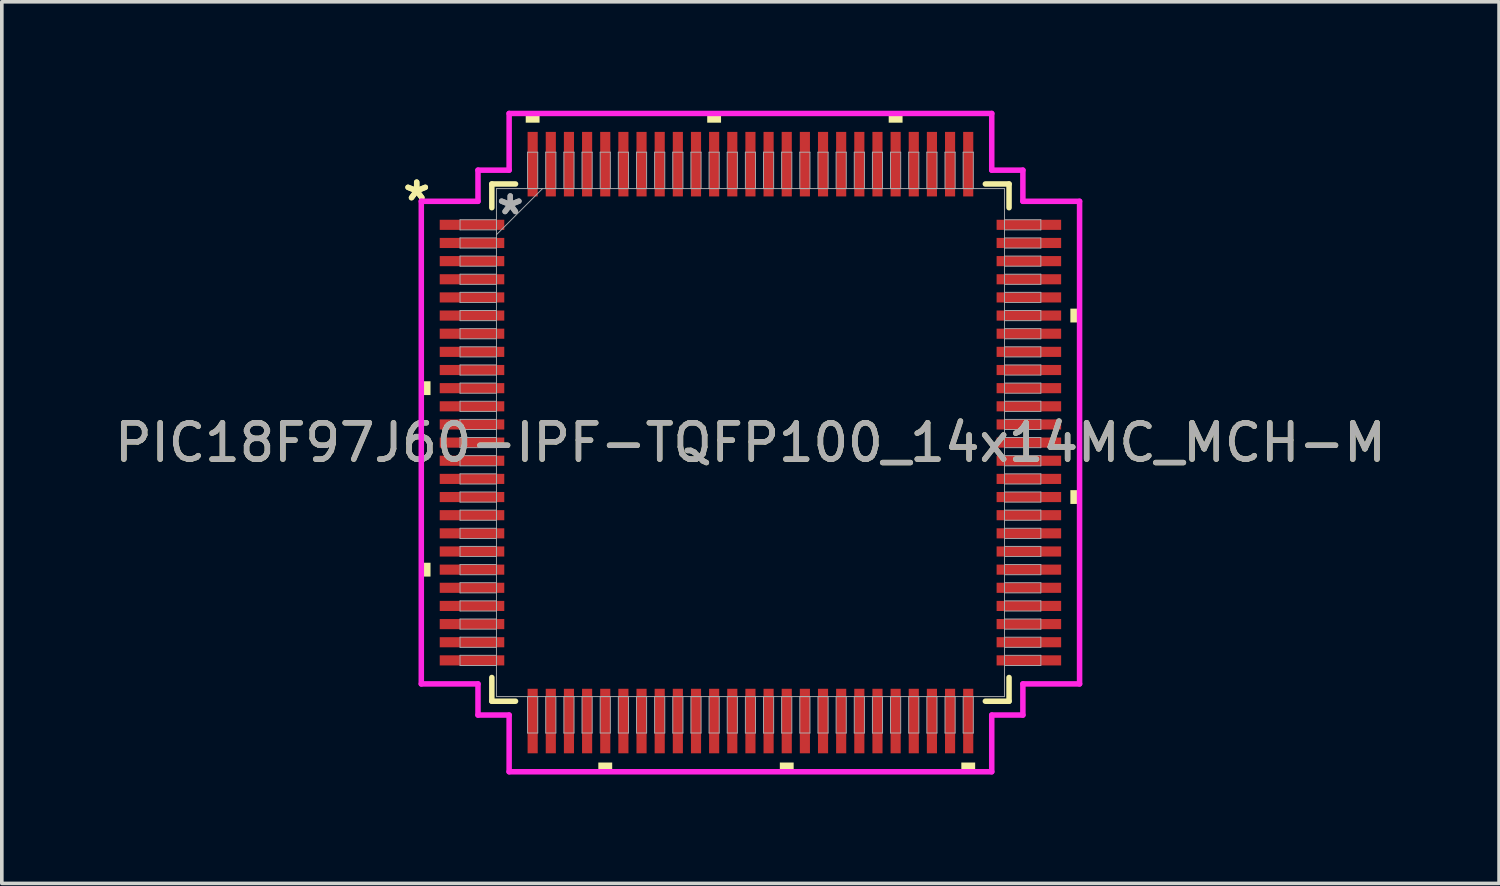
<source format=kicad_pcb>
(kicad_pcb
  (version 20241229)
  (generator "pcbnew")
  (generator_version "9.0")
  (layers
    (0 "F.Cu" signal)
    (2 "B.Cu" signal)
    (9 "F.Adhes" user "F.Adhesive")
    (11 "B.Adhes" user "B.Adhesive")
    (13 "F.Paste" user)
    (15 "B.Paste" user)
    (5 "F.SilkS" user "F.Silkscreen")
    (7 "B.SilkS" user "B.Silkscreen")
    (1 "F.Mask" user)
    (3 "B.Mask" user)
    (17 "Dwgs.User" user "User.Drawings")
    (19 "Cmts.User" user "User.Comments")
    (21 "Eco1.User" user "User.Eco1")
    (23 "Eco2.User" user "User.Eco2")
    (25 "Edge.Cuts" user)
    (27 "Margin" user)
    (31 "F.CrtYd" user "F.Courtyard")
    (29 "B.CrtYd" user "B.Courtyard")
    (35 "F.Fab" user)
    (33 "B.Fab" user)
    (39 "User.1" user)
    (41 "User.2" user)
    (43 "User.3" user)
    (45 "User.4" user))
  (footprint "PIC18F97J60-IPF-TQFP100_14x14MC_MCH-M"
    (layer "F.Cu")
    (at 17.625 9.144)
    (property "Reference" "PIC18F97J60-IPF-TQFP100_14x14MC_MCH-M" (at 0 0 0) (unlocked yes) (layer "F.SilkS") (effects (font (size 1 1) (thickness 0.15))))
    (attr smd)
    (fp_line (start -7.125 -7.125) (end -7.125 -6.472) (stroke (width 0.152) (type solid)) (layer "F.SilkS"))
    (fp_line (start -7.125 6.472) (end -7.125 7.125) (stroke (width 0.152) (type solid)) (layer "F.SilkS"))
    (fp_line (start -7.125 7.125) (end -6.472 7.125) (stroke (width 0.152) (type solid)) (layer "F.SilkS"))
    (fp_line (start -6.472 -7.125) (end -7.125 -7.125) (stroke (width 0.152) (type solid)) (layer "F.SilkS"))
    (fp_line (start 6.472 7.125) (end 7.125 7.125) (stroke (width 0.152) (type solid)) (layer "F.SilkS"))
    (fp_line (start 7.125 -7.125) (end 6.472 -7.125) (stroke (width 0.152) (type solid)) (layer "F.SilkS"))
    (fp_line (start 7.125 -6.472) (end 7.125 -7.125) (stroke (width 0.152) (type solid)) (layer "F.SilkS"))
    (fp_line (start 7.125 7.125) (end 7.125 6.472) (stroke (width 0.152) (type solid)) (layer "F.SilkS"))
    (fp_poly (pts (xy -9.068 -1.69) (xy -9.068 -1.31) (xy -8.814 -1.31) (xy -8.814 -1.69)) (stroke (width 0) (type solid)) (fill yes) (layer "F.SilkS"))
    (fp_poly (pts (xy -9.068 3.31) (xy -9.068 3.691) (xy -8.814 3.691) (xy -8.814 3.31)) (stroke (width 0) (type solid)) (fill yes) (layer "F.SilkS"))
    (fp_poly (pts (xy -6.191 -8.814) (xy -6.191 -9.068) (xy -5.81 -9.068) (xy -5.81 -8.814)) (stroke (width 0) (type solid)) (fill yes) (layer "F.SilkS"))
    (fp_poly (pts (xy -4.191 8.814) (xy -4.191 9.068) (xy -3.809 9.068) (xy -3.809 8.814)) (stroke (width 0) (type solid)) (fill yes) (layer "F.SilkS"))
    (fp_poly (pts (xy -1.191 -8.814) (xy -1.191 -9.068) (xy -0.81 -9.068) (xy -0.81 -8.814)) (stroke (width 0) (type solid)) (fill yes) (layer "F.SilkS"))
    (fp_poly (pts (xy 0.81 8.814) (xy 0.81 9.068) (xy 1.191 9.068) (xy 1.191 8.814)) (stroke (width 0) (type solid)) (fill yes) (layer "F.SilkS"))
    (fp_poly (pts (xy 3.809 -8.814) (xy 3.809 -9.068) (xy 4.191 -9.068) (xy 4.191 -8.814)) (stroke (width 0) (type solid)) (fill yes) (layer "F.SilkS"))
    (fp_poly (pts (xy 5.81 8.814) (xy 5.81 9.068) (xy 6.191 9.068) (xy 6.191 8.814)) (stroke (width 0) (type solid)) (fill yes) (layer "F.SilkS"))
    (fp_poly (pts (xy 9.068 -3.691) (xy 9.068 -3.31) (xy 8.814 -3.31) (xy 8.814 -3.691)) (stroke (width 0) (type solid)) (fill yes) (layer "F.SilkS"))
    (fp_poly (pts (xy 9.068 1.31) (xy 9.068 1.69) (xy 8.814 1.69) (xy 8.814 1.31)) (stroke (width 0) (type solid)) (fill yes) (layer "F.SilkS"))
    (fp_line (start -9.068 -6.648) (end -7.506 -6.648) (stroke (width 0.152) (type solid)) (layer "F.CrtYd"))
    (fp_line (start -9.068 6.648) (end -9.068 -6.648) (stroke (width 0.152) (type solid)) (layer "F.CrtYd"))
    (fp_line (start -7.506 -7.506) (end -6.648 -7.506) (stroke (width 0.152) (type solid)) (layer "F.CrtYd"))
    (fp_line (start -7.506 -6.648) (end -7.506 -7.506) (stroke (width 0.152) (type solid)) (layer "F.CrtYd"))
    (fp_line (start -7.506 6.648) (end -9.068 6.648) (stroke (width 0.152) (type solid)) (layer "F.CrtYd"))
    (fp_line (start -7.506 7.506) (end -7.506 6.648) (stroke (width 0.152) (type solid)) (layer "F.CrtYd"))
    (fp_line (start -7.506 7.506) (end -6.648 7.506) (stroke (width 0.152) (type solid)) (layer "F.CrtYd"))
    (fp_line (start -6.648 -9.068) (end 6.648 -9.068) (stroke (width 0.152) (type solid)) (layer "F.CrtYd"))
    (fp_line (start -6.648 -7.506) (end -6.648 -9.068) (stroke (width 0.152) (type solid)) (layer "F.CrtYd"))
    (fp_line (start -6.648 7.506) (end -6.648 9.068) (stroke (width 0.152) (type solid)) (layer "F.CrtYd"))
    (fp_line (start -6.648 9.068) (end 6.648 9.068) (stroke (width 0.152) (type solid)) (layer "F.CrtYd"))
    (fp_line (start 6.648 -9.068) (end 6.648 -7.506) (stroke (width 0.152) (type solid)) (layer "F.CrtYd"))
    (fp_line (start 6.648 -7.506) (end 7.506 -7.506) (stroke (width 0.152) (type solid)) (layer "F.CrtYd"))
    (fp_line (start 6.648 7.506) (end 7.506 7.506) (stroke (width 0.152) (type solid)) (layer "F.CrtYd"))
    (fp_line (start 6.648 9.068) (end 6.648 7.506) (stroke (width 0.152) (type solid)) (layer "F.CrtYd"))
    (fp_line (start 7.506 -6.648) (end 7.506 -7.506) (stroke (width 0.152) (type solid)) (layer "F.CrtYd"))
    (fp_line (start 7.506 6.648) (end 9.068 6.648) (stroke (width 0.152) (type solid)) (layer "F.CrtYd"))
    (fp_line (start 7.506 7.506) (end 7.506 6.648) (stroke (width 0.152) (type solid)) (layer "F.CrtYd"))
    (fp_line (start 9.068 -6.648) (end 7.506 -6.648) (stroke (width 0.152) (type solid)) (layer "F.CrtYd"))
    (fp_line (start 9.068 6.648) (end 9.068 -6.648) (stroke (width 0.152) (type solid)) (layer "F.CrtYd"))
    (fp_line (start -8.001 -6.14) (end -8.001 -5.86) (stroke (width 0.025) (type solid)) (layer "F.Fab"))
    (fp_line (start -8.001 -5.86) (end -6.998 -5.86) (stroke (width 0.025) (type solid)) (layer "F.Fab"))
    (fp_line (start -8.001 -5.64) (end -8.001 -5.36) (stroke (width 0.025) (type solid)) (layer "F.Fab"))
    (fp_line (start -8.001 -5.36) (end -6.998 -5.36) (stroke (width 0.025) (type solid)) (layer "F.Fab"))
    (fp_line (start -8.001 -5.14) (end -8.001 -4.86) (stroke (width 0.025) (type solid)) (layer "F.Fab"))
    (fp_line (start -8.001 -4.86) (end -6.998 -4.86) (stroke (width 0.025) (type solid)) (layer "F.Fab"))
    (fp_line (start -8.001 -4.64) (end -8.001 -4.36) (stroke (width 0.025) (type solid)) (layer "F.Fab"))
    (fp_line (start -8.001 -4.36) (end -6.998 -4.36) (stroke (width 0.025) (type solid)) (layer "F.Fab"))
    (fp_line (start -8.001 -4.14) (end -8.001 -3.86) (stroke (width 0.025) (type solid)) (layer "F.Fab"))
    (fp_line (start -8.001 -3.86) (end -6.998 -3.86) (stroke (width 0.025) (type solid)) (layer "F.Fab"))
    (fp_line (start -8.001 -3.64) (end -8.001 -3.36) (stroke (width 0.025) (type solid)) (layer "F.Fab"))
    (fp_line (start -8.001 -3.36) (end -6.998 -3.36) (stroke (width 0.025) (type solid)) (layer "F.Fab"))
    (fp_line (start -8.001 -3.14) (end -8.001 -2.86) (stroke (width 0.025) (type solid)) (layer "F.Fab"))
    (fp_line (start -8.001 -2.86) (end -6.998 -2.86) (stroke (width 0.025) (type solid)) (layer "F.Fab"))
    (fp_line (start -8.001 -2.64) (end -8.001 -2.36) (stroke (width 0.025) (type solid)) (layer "F.Fab"))
    (fp_line (start -8.001 -2.36) (end -6.998 -2.36) (stroke (width 0.025) (type solid)) (layer "F.Fab"))
    (fp_line (start -8.001 -2.14) (end -8.001 -1.86) (stroke (width 0.025) (type solid)) (layer "F.Fab"))
    (fp_line (start -8.001 -1.86) (end -6.998 -1.86) (stroke (width 0.025) (type solid)) (layer "F.Fab"))
    (fp_line (start -8.001 -1.64) (end -8.001 -1.36) (stroke (width 0.025) (type solid)) (layer "F.Fab"))
    (fp_line (start -8.001 -1.36) (end -6.998 -1.36) (stroke (width 0.025) (type solid)) (layer "F.Fab"))
    (fp_line (start -8.001 -1.14) (end -8.001 -0.86) (stroke (width 0.025) (type solid)) (layer "F.Fab"))
    (fp_line (start -8.001 -0.86) (end -6.998 -0.86) (stroke (width 0.025) (type solid)) (layer "F.Fab"))
    (fp_line (start -8.001 -0.64) (end -8.001 -0.36) (stroke (width 0.025) (type solid)) (layer "F.Fab"))
    (fp_line (start -8.001 -0.36) (end -6.998 -0.36) (stroke (width 0.025) (type solid)) (layer "F.Fab"))
    (fp_line (start -8.001 -0.14) (end -8.001 0.14) (stroke (width 0.025) (type solid)) (layer "F.Fab"))
    (fp_line (start -8.001 0.14) (end -6.998 0.14) (stroke (width 0.025) (type solid)) (layer "F.Fab"))
    (fp_line (start -8.001 0.36) (end -8.001 0.64) (stroke (width 0.025) (type solid)) (layer "F.Fab"))
    (fp_line (start -8.001 0.64) (end -6.998 0.64) (stroke (width 0.025) (type solid)) (layer "F.Fab"))
    (fp_line (start -8.001 0.86) (end -8.001 1.14) (stroke (width 0.025) (type solid)) (layer "F.Fab"))
    (fp_line (start -8.001 1.14) (end -6.998 1.14) (stroke (width 0.025) (type solid)) (layer "F.Fab"))
    (fp_line (start -8.001 1.36) (end -8.001 1.64) (stroke (width 0.025) (type solid)) (layer "F.Fab"))
    (fp_line (start -8.001 1.64) (end -6.998 1.64) (stroke (width 0.025) (type solid)) (layer "F.Fab"))
    (fp_line (start -8.001 1.86) (end -8.001 2.14) (stroke (width 0.025) (type solid)) (layer "F.Fab"))
    (fp_line (start -8.001 2.14) (end -6.998 2.14) (stroke (width 0.025) (type solid)) (layer "F.Fab"))
    (fp_line (start -8.001 2.36) (end -8.001 2.64) (stroke (width 0.025) (type solid)) (layer "F.Fab"))
    (fp_line (start -8.001 2.64) (end -6.998 2.64) (stroke (width 0.025) (type solid)) (layer "F.Fab"))
    (fp_line (start -8.001 2.86) (end -8.001 3.14) (stroke (width 0.025) (type solid)) (layer "F.Fab"))
    (fp_line (start -8.001 3.14) (end -6.998 3.14) (stroke (width 0.025) (type solid)) (layer "F.Fab"))
    (fp_line (start -8.001 3.36) (end -8.001 3.64) (stroke (width 0.025) (type solid)) (layer "F.Fab"))
    (fp_line (start -8.001 3.64) (end -6.998 3.64) (stroke (width 0.025) (type solid)) (layer "F.Fab"))
    (fp_line (start -8.001 3.86) (end -8.001 4.14) (stroke (width 0.025) (type solid)) (layer "F.Fab"))
    (fp_line (start -8.001 4.14) (end -6.998 4.14) (stroke (width 0.025) (type solid)) (layer "F.Fab"))
    (fp_line (start -8.001 4.36) (end -8.001 4.64) (stroke (width 0.025) (type solid)) (layer "F.Fab"))
    (fp_line (start -8.001 4.64) (end -6.998 4.64) (stroke (width 0.025) (type solid)) (layer "F.Fab"))
    (fp_line (start -8.001 4.86) (end -8.001 5.14) (stroke (width 0.025) (type solid)) (layer "F.Fab"))
    (fp_line (start -8.001 5.14) (end -6.998 5.14) (stroke (width 0.025) (type solid)) (layer "F.Fab"))
    (fp_line (start -8.001 5.36) (end -8.001 5.64) (stroke (width 0.025) (type solid)) (layer "F.Fab"))
    (fp_line (start -8.001 5.64) (end -6.998 5.64) (stroke (width 0.025) (type solid)) (layer "F.Fab"))
    (fp_line (start -8.001 5.86) (end -8.001 6.14) (stroke (width 0.025) (type solid)) (layer "F.Fab"))
    (fp_line (start -8.001 6.14) (end -6.998 6.14) (stroke (width 0.025) (type solid)) (layer "F.Fab"))
    (fp_line (start -6.998 -6.998) (end -6.998 6.998) (stroke (width 0.025) (type solid)) (layer "F.Fab"))
    (fp_line (start -6.998 -6.14) (end -8.001 -6.14) (stroke (width 0.025) (type solid)) (layer "F.Fab"))
    (fp_line (start -6.998 -5.86) (end -6.998 -6.14) (stroke (width 0.025) (type solid)) (layer "F.Fab"))
    (fp_line (start -6.998 -5.728) (end -5.728 -6.998) (stroke (width 0.025) (type solid)) (layer "F.Fab"))
    (fp_line (start -6.998 -5.64) (end -8.001 -5.64) (stroke (width 0.025) (type solid)) (layer "F.Fab"))
    (fp_line (start -6.998 -5.36) (end -6.998 -5.64) (stroke (width 0.025) (type solid)) (layer "F.Fab"))
    (fp_line (start -6.998 -5.14) (end -8.001 -5.14) (stroke (width 0.025) (type solid)) (layer "F.Fab"))
    (fp_line (start -6.998 -4.86) (end -6.998 -5.14) (stroke (width 0.025) (type solid)) (layer "F.Fab"))
    (fp_line (start -6.998 -4.64) (end -8.001 -4.64) (stroke (width 0.025) (type solid)) (layer "F.Fab"))
    (fp_line (start -6.998 -4.36) (end -6.998 -4.64) (stroke (width 0.025) (type solid)) (layer "F.Fab"))
    (fp_line (start -6.998 -4.14) (end -8.001 -4.14) (stroke (width 0.025) (type solid)) (layer "F.Fab"))
    (fp_line (start -6.998 -3.86) (end -6.998 -4.14) (stroke (width 0.025) (type solid)) (layer "F.Fab"))
    (fp_line (start -6.998 -3.64) (end -8.001 -3.64) (stroke (width 0.025) (type solid)) (layer "F.Fab"))
    (fp_line (start -6.998 -3.36) (end -6.998 -3.64) (stroke (width 0.025) (type solid)) (layer "F.Fab"))
    (fp_line (start -6.998 -3.14) (end -8.001 -3.14) (stroke (width 0.025) (type solid)) (layer "F.Fab"))
    (fp_line (start -6.998 -2.86) (end -6.998 -3.14) (stroke (width 0.025) (type solid)) (layer "F.Fab"))
    (fp_line (start -6.998 -2.64) (end -8.001 -2.64) (stroke (width 0.025) (type solid)) (layer "F.Fab"))
    (fp_line (start -6.998 -2.36) (end -6.998 -2.64) (stroke (width 0.025) (type solid)) (layer "F.Fab"))
    (fp_line (start -6.998 -2.14) (end -8.001 -2.14) (stroke (width 0.025) (type solid)) (layer "F.Fab"))
    (fp_line (start -6.998 -1.86) (end -6.998 -2.14) (stroke (width 0.025) (type solid)) (layer "F.Fab"))
    (fp_line (start -6.998 -1.64) (end -8.001 -1.64) (stroke (width 0.025) (type solid)) (layer "F.Fab"))
    (fp_line (start -6.998 -1.36) (end -6.998 -1.64) (stroke (width 0.025) (type solid)) (layer "F.Fab"))
    (fp_line (start -6.998 -1.14) (end -8.001 -1.14) (stroke (width 0.025) (type solid)) (layer "F.Fab"))
    (fp_line (start -6.998 -0.86) (end -6.998 -1.14) (stroke (width 0.025) (type solid)) (layer "F.Fab"))
    (fp_line (start -6.998 -0.64) (end -8.001 -0.64) (stroke (width 0.025) (type solid)) (layer "F.Fab"))
    (fp_line (start -6.998 -0.36) (end -6.998 -0.64) (stroke (width 0.025) (type solid)) (layer "F.Fab"))
    (fp_line (start -6.998 -0.14) (end -8.001 -0.14) (stroke (width 0.025) (type solid)) (layer "F.Fab"))
    (fp_line (start -6.998 0.14) (end -6.998 -0.14) (stroke (width 0.025) (type solid)) (layer "F.Fab"))
    (fp_line (start -6.998 0.36) (end -8.001 0.36) (stroke (width 0.025) (type solid)) (layer "F.Fab"))
    (fp_line (start -6.998 0.64) (end -6.998 0.36) (stroke (width 0.025) (type solid)) (layer "F.Fab"))
    (fp_line (start -6.998 0.86) (end -8.001 0.86) (stroke (width 0.025) (type solid)) (layer "F.Fab"))
    (fp_line (start -6.998 1.14) (end -6.998 0.86) (stroke (width 0.025) (type solid)) (layer "F.Fab"))
    (fp_line (start -6.998 1.36) (end -8.001 1.36) (stroke (width 0.025) (type solid)) (layer "F.Fab"))
    (fp_line (start -6.998 1.64) (end -6.998 1.36) (stroke (width 0.025) (type solid)) (layer "F.Fab"))
    (fp_line (start -6.998 1.86) (end -8.001 1.86) (stroke (width 0.025) (type solid)) (layer "F.Fab"))
    (fp_line (start -6.998 2.14) (end -6.998 1.86) (stroke (width 0.025) (type solid)) (layer "F.Fab"))
    (fp_line (start -6.998 2.36) (end -8.001 2.36) (stroke (width 0.025) (type solid)) (layer "F.Fab"))
    (fp_line (start -6.998 2.64) (end -6.998 2.36) (stroke (width 0.025) (type solid)) (layer "F.Fab"))
    (fp_line (start -6.998 2.86) (end -8.001 2.86) (stroke (width 0.025) (type solid)) (layer "F.Fab"))
    (fp_line (start -6.998 3.14) (end -6.998 2.86) (stroke (width 0.025) (type solid)) (layer "F.Fab"))
    (fp_line (start -6.998 3.36) (end -8.001 3.36) (stroke (width 0.025) (type solid)) (layer "F.Fab"))
    (fp_line (start -6.998 3.64) (end -6.998 3.36) (stroke (width 0.025) (type solid)) (layer "F.Fab"))
    (fp_line (start -6.998 3.86) (end -8.001 3.86) (stroke (width 0.025) (type solid)) (layer "F.Fab"))
    (fp_line (start -6.998 4.14) (end -6.998 3.86) (stroke (width 0.025) (type solid)) (layer "F.Fab"))
    (fp_line (start -6.998 4.36) (end -8.001 4.36) (stroke (width 0.025) (type solid)) (layer "F.Fab"))
    (fp_line (start -6.998 4.64) (end -6.998 4.36) (stroke (width 0.025) (type solid)) (layer "F.Fab"))
    (fp_line (start -6.998 4.86) (end -8.001 4.86) (stroke (width 0.025) (type solid)) (layer "F.Fab"))
    (fp_line (start -6.998 5.14) (end -6.998 4.86) (stroke (width 0.025) (type solid)) (layer "F.Fab"))
    (fp_line (start -6.998 5.36) (end -8.001 5.36) (stroke (width 0.025) (type solid)) (layer "F.Fab"))
    (fp_line (start -6.998 5.64) (end -6.998 5.36) (stroke (width 0.025) (type solid)) (layer "F.Fab"))
    (fp_line (start -6.998 5.86) (end -8.001 5.86) (stroke (width 0.025) (type solid)) (layer "F.Fab"))
    (fp_line (start -6.998 6.14) (end -6.998 5.86) (stroke (width 0.025) (type solid)) (layer "F.Fab"))
    (fp_line (start -6.998 6.998) (end 6.998 6.998) (stroke (width 0.025) (type solid)) (layer "F.Fab"))
    (fp_line (start -6.14 -8.001) (end -6.14 -6.998) (stroke (width 0.025) (type solid)) (layer "F.Fab"))
    (fp_line (start -6.14 -6.998) (end -5.86 -6.998) (stroke (width 0.025) (type solid)) (layer "F.Fab"))
    (fp_line (start -6.14 6.998) (end -6.14 8.001) (stroke (width 0.025) (type solid)) (layer "F.Fab"))
    (fp_line (start -6.14 8.001) (end -5.86 8.001) (stroke (width 0.025) (type solid)) (layer "F.Fab"))
    (fp_line (start -5.86 -8.001) (end -6.14 -8.001) (stroke (width 0.025) (type solid)) (layer "F.Fab"))
    (fp_line (start -5.86 -6.998) (end -5.86 -8.001) (stroke (width 0.025) (type solid)) (layer "F.Fab"))
    (fp_line (start -5.86 6.998) (end -6.14 6.998) (stroke (width 0.025) (type solid)) (layer "F.Fab"))
    (fp_line (start -5.86 8.001) (end -5.86 6.998) (stroke (width 0.025) (type solid)) (layer "F.Fab"))
    (fp_line (start -5.64 -8.001) (end -5.64 -6.998) (stroke (width 0.025) (type solid)) (layer "F.Fab"))
    (fp_line (start -5.64 -6.998) (end -5.36 -6.998) (stroke (width 0.025) (type solid)) (layer "F.Fab"))
    (fp_line (start -5.64 6.998) (end -5.64 8.001) (stroke (width 0.025) (type solid)) (layer "F.Fab"))
    (fp_line (start -5.64 8.001) (end -5.36 8.001) (stroke (width 0.025) (type solid)) (layer "F.Fab"))
    (fp_line (start -5.36 -8.001) (end -5.64 -8.001) (stroke (width 0.025) (type solid)) (layer "F.Fab"))
    (fp_line (start -5.36 -6.998) (end -5.36 -8.001) (stroke (width 0.025) (type solid)) (layer "F.Fab"))
    (fp_line (start -5.36 6.998) (end -5.64 6.998) (stroke (width 0.025) (type solid)) (layer "F.Fab"))
    (fp_line (start -5.36 8.001) (end -5.36 6.998) (stroke (width 0.025) (type solid)) (layer "F.Fab"))
    (fp_line (start -5.14 -8.001) (end -5.14 -6.998) (stroke (width 0.025) (type solid)) (layer "F.Fab"))
    (fp_line (start -5.14 -6.998) (end -4.86 -6.998) (stroke (width 0.025) (type solid)) (layer "F.Fab"))
    (fp_line (start -5.14 6.998) (end -5.14 8.001) (stroke (width 0.025) (type solid)) (layer "F.Fab"))
    (fp_line (start -5.14 8.001) (end -4.86 8.001) (stroke (width 0.025) (type solid)) (layer "F.Fab"))
    (fp_line (start -4.86 -8.001) (end -5.14 -8.001) (stroke (width 0.025) (type solid)) (layer "F.Fab"))
    (fp_line (start -4.86 -6.998) (end -4.86 -8.001) (stroke (width 0.025) (type solid)) (layer "F.Fab"))
    (fp_line (start -4.86 6.998) (end -5.14 6.998) (stroke (width 0.025) (type solid)) (layer "F.Fab"))
    (fp_line (start -4.86 8.001) (end -4.86 6.998) (stroke (width 0.025) (type solid)) (layer "F.Fab"))
    (fp_line (start -4.64 -8.001) (end -4.64 -6.998) (stroke (width 0.025) (type solid)) (layer "F.Fab"))
    (fp_line (start -4.64 -6.998) (end -4.36 -6.998) (stroke (width 0.025) (type solid)) (layer "F.Fab"))
    (fp_line (start -4.64 6.998) (end -4.64 8.001) (stroke (width 0.025) (type solid)) (layer "F.Fab"))
    (fp_line (start -4.64 8.001) (end -4.36 8.001) (stroke (width 0.025) (type solid)) (layer "F.Fab"))
    (fp_line (start -4.36 -8.001) (end -4.64 -8.001) (stroke (width 0.025) (type solid)) (layer "F.Fab"))
    (fp_line (start -4.36 -6.998) (end -4.36 -8.001) (stroke (width 0.025) (type solid)) (layer "F.Fab"))
    (fp_line (start -4.36 6.998) (end -4.64 6.998) (stroke (width 0.025) (type solid)) (layer "F.Fab"))
    (fp_line (start -4.36 8.001) (end -4.36 6.998) (stroke (width 0.025) (type solid)) (layer "F.Fab"))
    (fp_line (start -4.14 -8.001) (end -4.14 -6.998) (stroke (width 0.025) (type solid)) (layer "F.Fab"))
    (fp_line (start -4.14 -6.998) (end -3.86 -6.998) (stroke (width 0.025) (type solid)) (layer "F.Fab"))
    (fp_line (start -4.14 6.998) (end -4.14 8.001) (stroke (width 0.025) (type solid)) (layer "F.Fab"))
    (fp_line (start -4.14 8.001) (end -3.86 8.001) (stroke (width 0.025) (type solid)) (layer "F.Fab"))
    (fp_line (start -3.86 -8.001) (end -4.14 -8.001) (stroke (width 0.025) (type solid)) (layer "F.Fab"))
    (fp_line (start -3.86 -6.998) (end -3.86 -8.001) (stroke (width 0.025) (type solid)) (layer "F.Fab"))
    (fp_line (start -3.86 6.998) (end -4.14 6.998) (stroke (width 0.025) (type solid)) (layer "F.Fab"))
    (fp_line (start -3.86 8.001) (end -3.86 6.998) (stroke (width 0.025) (type solid)) (layer "F.Fab"))
    (fp_line (start -3.64 -8.001) (end -3.64 -6.998) (stroke (width 0.025) (type solid)) (layer "F.Fab"))
    (fp_line (start -3.64 -6.998) (end -3.36 -6.998) (stroke (width 0.025) (type solid)) (layer "F.Fab"))
    (fp_line (start -3.64 6.998) (end -3.64 8.001) (stroke (width 0.025) (type solid)) (layer "F.Fab"))
    (fp_line (start -3.64 8.001) (end -3.36 8.001) (stroke (width 0.025) (type solid)) (layer "F.Fab"))
    (fp_line (start -3.36 -8.001) (end -3.64 -8.001) (stroke (width 0.025) (type solid)) (layer "F.Fab"))
    (fp_line (start -3.36 -6.998) (end -3.36 -8.001) (stroke (width 0.025) (type solid)) (layer "F.Fab"))
    (fp_line (start -3.36 6.998) (end -3.64 6.998) (stroke (width 0.025) (type solid)) (layer "F.Fab"))
    (fp_line (start -3.36 8.001) (end -3.36 6.998) (stroke (width 0.025) (type solid)) (layer "F.Fab"))
    (fp_line (start -3.14 -8.001) (end -3.14 -6.998) (stroke (width 0.025) (type solid)) (layer "F.Fab"))
    (fp_line (start -3.14 -6.998) (end -2.86 -6.998) (stroke (width 0.025) (type solid)) (layer "F.Fab"))
    (fp_line (start -3.14 6.998) (end -3.14 8.001) (stroke (width 0.025) (type solid)) (layer "F.Fab"))
    (fp_line (start -3.14 8.001) (end -2.86 8.001) (stroke (width 0.025) (type solid)) (layer "F.Fab"))
    (fp_line (start -2.86 -8.001) (end -3.14 -8.001) (stroke (width 0.025) (type solid)) (layer "F.Fab"))
    (fp_line (start -2.86 -6.998) (end -2.86 -8.001) (stroke (width 0.025) (type solid)) (layer "F.Fab"))
    (fp_line (start -2.86 6.998) (end -3.14 6.998) (stroke (width 0.025) (type solid)) (layer "F.Fab"))
    (fp_line (start -2.86 8.001) (end -2.86 6.998) (stroke (width 0.025) (type solid)) (layer "F.Fab"))
    (fp_line (start -2.64 -8.001) (end -2.64 -6.998) (stroke (width 0.025) (type solid)) (layer "F.Fab"))
    (fp_line (start -2.64 -6.998) (end -2.36 -6.998) (stroke (width 0.025) (type solid)) (layer "F.Fab"))
    (fp_line (start -2.64 6.998) (end -2.64 8.001) (stroke (width 0.025) (type solid)) (layer "F.Fab"))
    (fp_line (start -2.64 8.001) (end -2.36 8.001) (stroke (width 0.025) (type solid)) (layer "F.Fab"))
    (fp_line (start -2.36 -8.001) (end -2.64 -8.001) (stroke (width 0.025) (type solid)) (layer "F.Fab"))
    (fp_line (start -2.36 -6.998) (end -2.36 -8.001) (stroke (width 0.025) (type solid)) (layer "F.Fab"))
    (fp_line (start -2.36 6.998) (end -2.64 6.998) (stroke (width 0.025) (type solid)) (layer "F.Fab"))
    (fp_line (start -2.36 8.001) (end -2.36 6.998) (stroke (width 0.025) (type solid)) (layer "F.Fab"))
    (fp_line (start -2.14 -8.001) (end -2.14 -6.998) (stroke (width 0.025) (type solid)) (layer "F.Fab"))
    (fp_line (start -2.14 -6.998) (end -1.86 -6.998) (stroke (width 0.025) (type solid)) (layer "F.Fab"))
    (fp_line (start -2.14 6.998) (end -2.14 8.001) (stroke (width 0.025) (type solid)) (layer "F.Fab"))
    (fp_line (start -2.14 8.001) (end -1.86 8.001) (stroke (width 0.025) (type solid)) (layer "F.Fab"))
    (fp_line (start -1.86 -8.001) (end -2.14 -8.001) (stroke (width 0.025) (type solid)) (layer "F.Fab"))
    (fp_line (start -1.86 -6.998) (end -1.86 -8.001) (stroke (width 0.025) (type solid)) (layer "F.Fab"))
    (fp_line (start -1.86 6.998) (end -2.14 6.998) (stroke (width 0.025) (type solid)) (layer "F.Fab"))
    (fp_line (start -1.86 8.001) (end -1.86 6.998) (stroke (width 0.025) (type solid)) (layer "F.Fab"))
    (fp_line (start -1.64 -8.001) (end -1.64 -6.998) (stroke (width 0.025) (type solid)) (layer "F.Fab"))
    (fp_line (start -1.64 -6.998) (end -1.36 -6.998) (stroke (width 0.025) (type solid)) (layer "F.Fab"))
    (fp_line (start -1.64 6.998) (end -1.64 8.001) (stroke (width 0.025) (type solid)) (layer "F.Fab"))
    (fp_line (start -1.64 8.001) (end -1.36 8.001) (stroke (width 0.025) (type solid)) (layer "F.Fab"))
    (fp_line (start -1.36 -8.001) (end -1.64 -8.001) (stroke (width 0.025) (type solid)) (layer "F.Fab"))
    (fp_line (start -1.36 -6.998) (end -1.36 -8.001) (stroke (width 0.025) (type solid)) (layer "F.Fab"))
    (fp_line (start -1.36 6.998) (end -1.64 6.998) (stroke (width 0.025) (type solid)) (layer "F.Fab"))
    (fp_line (start -1.36 8.001) (end -1.36 6.998) (stroke (width 0.025) (type solid)) (layer "F.Fab"))
    (fp_line (start -1.14 -8.001) (end -1.14 -6.998) (stroke (width 0.025) (type solid)) (layer "F.Fab"))
    (fp_line (start -1.14 -6.998) (end -0.86 -6.998) (stroke (width 0.025) (type solid)) (layer "F.Fab"))
    (fp_line (start -1.14 6.998) (end -1.14 8.001) (stroke (width 0.025) (type solid)) (layer "F.Fab"))
    (fp_line (start -1.14 8.001) (end -0.86 8.001) (stroke (width 0.025) (type solid)) (layer "F.Fab"))
    (fp_line (start -0.86 -8.001) (end -1.14 -8.001) (stroke (width 0.025) (type solid)) (layer "F.Fab"))
    (fp_line (start -0.86 -6.998) (end -0.86 -8.001) (stroke (width 0.025) (type solid)) (layer "F.Fab"))
    (fp_line (start -0.86 6.998) (end -1.14 6.998) (stroke (width 0.025) (type solid)) (layer "F.Fab"))
    (fp_line (start -0.86 8.001) (end -0.86 6.998) (stroke (width 0.025) (type solid)) (layer "F.Fab"))
    (fp_line (start -0.64 -8.001) (end -0.64 -6.998) (stroke (width 0.025) (type solid)) (layer "F.Fab"))
    (fp_line (start -0.64 -6.998) (end -0.36 -6.998) (stroke (width 0.025) (type solid)) (layer "F.Fab"))
    (fp_line (start -0.64 6.998) (end -0.64 8.001) (stroke (width 0.025) (type solid)) (layer "F.Fab"))
    (fp_line (start -0.64 8.001) (end -0.36 8.001) (stroke (width 0.025) (type solid)) (layer "F.Fab"))
    (fp_line (start -0.36 -8.001) (end -0.64 -8.001) (stroke (width 0.025) (type solid)) (layer "F.Fab"))
    (fp_line (start -0.36 -6.998) (end -0.36 -8.001) (stroke (width 0.025) (type solid)) (layer "F.Fab"))
    (fp_line (start -0.36 6.998) (end -0.64 6.998) (stroke (width 0.025) (type solid)) (layer "F.Fab"))
    (fp_line (start -0.36 8.001) (end -0.36 6.998) (stroke (width 0.025) (type solid)) (layer "F.Fab"))
    (fp_line (start -0.14 -8.001) (end -0.14 -6.998) (stroke (width 0.025) (type solid)) (layer "F.Fab"))
    (fp_line (start -0.14 -6.998) (end 0.14 -6.998) (stroke (width 0.025) (type solid)) (layer "F.Fab"))
    (fp_line (start -0.14 6.998) (end -0.14 8.001) (stroke (width 0.025) (type solid)) (layer "F.Fab"))
    (fp_line (start -0.14 8.001) (end 0.14 8.001) (stroke (width 0.025) (type solid)) (layer "F.Fab"))
    (fp_line (start 0.14 -8.001) (end -0.14 -8.001) (stroke (width 0.025) (type solid)) (layer "F.Fab"))
    (fp_line (start 0.14 -6.998) (end 0.14 -8.001) (stroke (width 0.025) (type solid)) (layer "F.Fab"))
    (fp_line (start 0.14 6.998) (end -0.14 6.998) (stroke (width 0.025) (type solid)) (layer "F.Fab"))
    (fp_line (start 0.14 8.001) (end 0.14 6.998) (stroke (width 0.025) (type solid)) (layer "F.Fab"))
    (fp_line (start 0.36 -8.001) (end 0.36 -6.998) (stroke (width 0.025) (type solid)) (layer "F.Fab"))
    (fp_line (start 0.36 -6.998) (end 0.64 -6.998) (stroke (width 0.025) (type solid)) (layer "F.Fab"))
    (fp_line (start 0.36 6.998) (end 0.36 8.001) (stroke (width 0.025) (type solid)) (layer "F.Fab"))
    (fp_line (start 0.36 8.001) (end 0.64 8.001) (stroke (width 0.025) (type solid)) (layer "F.Fab"))
    (fp_line (start 0.64 -8.001) (end 0.36 -8.001) (stroke (width 0.025) (type solid)) (layer "F.Fab"))
    (fp_line (start 0.64 -6.998) (end 0.64 -8.001) (stroke (width 0.025) (type solid)) (layer "F.Fab"))
    (fp_line (start 0.64 6.998) (end 0.36 6.998) (stroke (width 0.025) (type solid)) (layer "F.Fab"))
    (fp_line (start 0.64 8.001) (end 0.64 6.998) (stroke (width 0.025) (type solid)) (layer "F.Fab"))
    (fp_line (start 0.86 -8.001) (end 0.86 -6.998) (stroke (width 0.025) (type solid)) (layer "F.Fab"))
    (fp_line (start 0.86 -6.998) (end 1.14 -6.998) (stroke (width 0.025) (type solid)) (layer "F.Fab"))
    (fp_line (start 0.86 6.998) (end 0.86 8.001) (stroke (width 0.025) (type solid)) (layer "F.Fab"))
    (fp_line (start 0.86 8.001) (end 1.14 8.001) (stroke (width 0.025) (type solid)) (layer "F.Fab"))
    (fp_line (start 1.14 -8.001) (end 0.86 -8.001) (stroke (width 0.025) (type solid)) (layer "F.Fab"))
    (fp_line (start 1.14 -6.998) (end 1.14 -8.001) (stroke (width 0.025) (type solid)) (layer "F.Fab"))
    (fp_line (start 1.14 6.998) (end 0.86 6.998) (stroke (width 0.025) (type solid)) (layer "F.Fab"))
    (fp_line (start 1.14 8.001) (end 1.14 6.998) (stroke (width 0.025) (type solid)) (layer "F.Fab"))
    (fp_line (start 1.36 -8.001) (end 1.36 -6.998) (stroke (width 0.025) (type solid)) (layer "F.Fab"))
    (fp_line (start 1.36 -6.998) (end 1.64 -6.998) (stroke (width 0.025) (type solid)) (layer "F.Fab"))
    (fp_line (start 1.36 6.998) (end 1.36 8.001) (stroke (width 0.025) (type solid)) (layer "F.Fab"))
    (fp_line (start 1.36 8.001) (end 1.64 8.001) (stroke (width 0.025) (type solid)) (layer "F.Fab"))
    (fp_line (start 1.64 -8.001) (end 1.36 -8.001) (stroke (width 0.025) (type solid)) (layer "F.Fab"))
    (fp_line (start 1.64 -6.998) (end 1.64 -8.001) (stroke (width 0.025) (type solid)) (layer "F.Fab"))
    (fp_line (start 1.64 6.998) (end 1.36 6.998) (stroke (width 0.025) (type solid)) (layer "F.Fab"))
    (fp_line (start 1.64 8.001) (end 1.64 6.998) (stroke (width 0.025) (type solid)) (layer "F.Fab"))
    (fp_line (start 1.86 -8.001) (end 1.86 -6.998) (stroke (width 0.025) (type solid)) (layer "F.Fab"))
    (fp_line (start 1.86 -6.998) (end 2.14 -6.998) (stroke (width 0.025) (type solid)) (layer "F.Fab"))
    (fp_line (start 1.86 6.998) (end 1.86 8.001) (stroke (width 0.025) (type solid)) (layer "F.Fab"))
    (fp_line (start 1.86 8.001) (end 2.14 8.001) (stroke (width 0.025) (type solid)) (layer "F.Fab"))
    (fp_line (start 2.14 -8.001) (end 1.86 -8.001) (stroke (width 0.025) (type solid)) (layer "F.Fab"))
    (fp_line (start 2.14 -6.998) (end 2.14 -8.001) (stroke (width 0.025) (type solid)) (layer "F.Fab"))
    (fp_line (start 2.14 6.998) (end 1.86 6.998) (stroke (width 0.025) (type solid)) (layer "F.Fab"))
    (fp_line (start 2.14 8.001) (end 2.14 6.998) (stroke (width 0.025) (type solid)) (layer "F.Fab"))
    (fp_line (start 2.36 -8.001) (end 2.36 -6.998) (stroke (width 0.025) (type solid)) (layer "F.Fab"))
    (fp_line (start 2.36 -6.998) (end 2.64 -6.998) (stroke (width 0.025) (type solid)) (layer "F.Fab"))
    (fp_line (start 2.36 6.998) (end 2.36 8.001) (stroke (width 0.025) (type solid)) (layer "F.Fab"))
    (fp_line (start 2.36 8.001) (end 2.64 8.001) (stroke (width 0.025) (type solid)) (layer "F.Fab"))
    (fp_line (start 2.64 -8.001) (end 2.36 -8.001) (stroke (width 0.025) (type solid)) (layer "F.Fab"))
    (fp_line (start 2.64 -6.998) (end 2.64 -8.001) (stroke (width 0.025) (type solid)) (layer "F.Fab"))
    (fp_line (start 2.64 6.998) (end 2.36 6.998) (stroke (width 0.025) (type solid)) (layer "F.Fab"))
    (fp_line (start 2.64 8.001) (end 2.64 6.998) (stroke (width 0.025) (type solid)) (layer "F.Fab"))
    (fp_line (start 2.86 -8.001) (end 2.86 -6.998) (stroke (width 0.025) (type solid)) (layer "F.Fab"))
    (fp_line (start 2.86 -6.998) (end 3.14 -6.998) (stroke (width 0.025) (type solid)) (layer "F.Fab"))
    (fp_line (start 2.86 6.998) (end 2.86 8.001) (stroke (width 0.025) (type solid)) (layer "F.Fab"))
    (fp_line (start 2.86 8.001) (end 3.14 8.001) (stroke (width 0.025) (type solid)) (layer "F.Fab"))
    (fp_line (start 3.14 -8.001) (end 2.86 -8.001) (stroke (width 0.025) (type solid)) (layer "F.Fab"))
    (fp_line (start 3.14 -6.998) (end 3.14 -8.001) (stroke (width 0.025) (type solid)) (layer "F.Fab"))
    (fp_line (start 3.14 6.998) (end 2.86 6.998) (stroke (width 0.025) (type solid)) (layer "F.Fab"))
    (fp_line (start 3.14 8.001) (end 3.14 6.998) (stroke (width 0.025) (type solid)) (layer "F.Fab"))
    (fp_line (start 3.36 -8.001) (end 3.36 -6.998) (stroke (width 0.025) (type solid)) (layer "F.Fab"))
    (fp_line (start 3.36 -6.998) (end 3.64 -6.998) (stroke (width 0.025) (type solid)) (layer "F.Fab"))
    (fp_line (start 3.36 6.998) (end 3.36 8.001) (stroke (width 0.025) (type solid)) (layer "F.Fab"))
    (fp_line (start 3.36 8.001) (end 3.64 8.001) (stroke (width 0.025) (type solid)) (layer "F.Fab"))
    (fp_line (start 3.64 -8.001) (end 3.36 -8.001) (stroke (width 0.025) (type solid)) (layer "F.Fab"))
    (fp_line (start 3.64 -6.998) (end 3.64 -8.001) (stroke (width 0.025) (type solid)) (layer "F.Fab"))
    (fp_line (start 3.64 6.998) (end 3.36 6.998) (stroke (width 0.025) (type solid)) (layer "F.Fab"))
    (fp_line (start 3.64 8.001) (end 3.64 6.998) (stroke (width 0.025) (type solid)) (layer "F.Fab"))
    (fp_line (start 3.86 -8.001) (end 3.86 -6.998) (stroke (width 0.025) (type solid)) (layer "F.Fab"))
    (fp_line (start 3.86 -6.998) (end 4.14 -6.998) (stroke (width 0.025) (type solid)) (layer "F.Fab"))
    (fp_line (start 3.86 6.998) (end 3.86 8.001) (stroke (width 0.025) (type solid)) (layer "F.Fab"))
    (fp_line (start 3.86 8.001) (end 4.14 8.001) (stroke (width 0.025) (type solid)) (layer "F.Fab"))
    (fp_line (start 4.14 -8.001) (end 3.86 -8.001) (stroke (width 0.025) (type solid)) (layer "F.Fab"))
    (fp_line (start 4.14 -6.998) (end 4.14 -8.001) (stroke (width 0.025) (type solid)) (layer "F.Fab"))
    (fp_line (start 4.14 6.998) (end 3.86 6.998) (stroke (width 0.025) (type solid)) (layer "F.Fab"))
    (fp_line (start 4.14 8.001) (end 4.14 6.998) (stroke (width 0.025) (type solid)) (layer "F.Fab"))
    (fp_line (start 4.36 -8.001) (end 4.36 -6.998) (stroke (width 0.025) (type solid)) (layer "F.Fab"))
    (fp_line (start 4.36 -6.998) (end 4.64 -6.998) (stroke (width 0.025) (type solid)) (layer "F.Fab"))
    (fp_line (start 4.36 6.998) (end 4.36 8.001) (stroke (width 0.025) (type solid)) (layer "F.Fab"))
    (fp_line (start 4.36 8.001) (end 4.64 8.001) (stroke (width 0.025) (type solid)) (layer "F.Fab"))
    (fp_line (start 4.64 -8.001) (end 4.36 -8.001) (stroke (width 0.025) (type solid)) (layer "F.Fab"))
    (fp_line (start 4.64 -6.998) (end 4.64 -8.001) (stroke (width 0.025) (type solid)) (layer "F.Fab"))
    (fp_line (start 4.64 6.998) (end 4.36 6.998) (stroke (width 0.025) (type solid)) (layer "F.Fab"))
    (fp_line (start 4.64 8.001) (end 4.64 6.998) (stroke (width 0.025) (type solid)) (layer "F.Fab"))
    (fp_line (start 4.86 -8.001) (end 4.86 -6.998) (stroke (width 0.025) (type solid)) (layer "F.Fab"))
    (fp_line (start 4.86 -6.998) (end 5.14 -6.998) (stroke (width 0.025) (type solid)) (layer "F.Fab"))
    (fp_line (start 4.86 6.998) (end 4.86 8.001) (stroke (width 0.025) (type solid)) (layer "F.Fab"))
    (fp_line (start 4.86 8.001) (end 5.14 8.001) (stroke (width 0.025) (type solid)) (layer "F.Fab"))
    (fp_line (start 5.14 -8.001) (end 4.86 -8.001) (stroke (width 0.025) (type solid)) (layer "F.Fab"))
    (fp_line (start 5.14 -6.998) (end 5.14 -8.001) (stroke (width 0.025) (type solid)) (layer "F.Fab"))
    (fp_line (start 5.14 6.998) (end 4.86 6.998) (stroke (width 0.025) (type solid)) (layer "F.Fab"))
    (fp_line (start 5.14 8.001) (end 5.14 6.998) (stroke (width 0.025) (type solid)) (layer "F.Fab"))
    (fp_line (start 5.36 -8.001) (end 5.36 -6.998) (stroke (width 0.025) (type solid)) (layer "F.Fab"))
    (fp_line (start 5.36 -6.998) (end 5.64 -6.998) (stroke (width 0.025) (type solid)) (layer "F.Fab"))
    (fp_line (start 5.36 6.998) (end 5.36 8.001) (stroke (width 0.025) (type solid)) (layer "F.Fab"))
    (fp_line (start 5.36 8.001) (end 5.64 8.001) (stroke (width 0.025) (type solid)) (layer "F.Fab"))
    (fp_line (start 5.64 -8.001) (end 5.36 -8.001) (stroke (width 0.025) (type solid)) (layer "F.Fab"))
    (fp_line (start 5.64 -6.998) (end 5.64 -8.001) (stroke (width 0.025) (type solid)) (layer "F.Fab"))
    (fp_line (start 5.64 6.998) (end 5.36 6.998) (stroke (width 0.025) (type solid)) (layer "F.Fab"))
    (fp_line (start 5.64 8.001) (end 5.64 6.998) (stroke (width 0.025) (type solid)) (layer "F.Fab"))
    (fp_line (start 5.86 -8.001) (end 5.86 -6.998) (stroke (width 0.025) (type solid)) (layer "F.Fab"))
    (fp_line (start 5.86 -6.998) (end 6.14 -6.998) (stroke (width 0.025) (type solid)) (layer "F.Fab"))
    (fp_line (start 5.86 6.998) (end 5.86 8.001) (stroke (width 0.025) (type solid)) (layer "F.Fab"))
    (fp_line (start 5.86 8.001) (end 6.14 8.001) (stroke (width 0.025) (type solid)) (layer "F.Fab"))
    (fp_line (start 6.14 -8.001) (end 5.86 -8.001) (stroke (width 0.025) (type solid)) (layer "F.Fab"))
    (fp_line (start 6.14 -6.998) (end 6.14 -8.001) (stroke (width 0.025) (type solid)) (layer "F.Fab"))
    (fp_line (start 6.14 6.998) (end 5.86 6.998) (stroke (width 0.025) (type solid)) (layer "F.Fab"))
    (fp_line (start 6.14 8.001) (end 6.14 6.998) (stroke (width 0.025) (type solid)) (layer "F.Fab"))
    (fp_line (start 6.998 -6.998) (end -6.998 -6.998) (stroke (width 0.025) (type solid)) (layer "F.Fab"))
    (fp_line (start 6.998 -6.14) (end 6.998 -5.86) (stroke (width 0.025) (type solid)) (layer "F.Fab"))
    (fp_line (start 6.998 -5.86) (end 8.001 -5.86) (stroke (width 0.025) (type solid)) (layer "F.Fab"))
    (fp_line (start 6.998 -5.64) (end 6.998 -5.36) (stroke (width 0.025) (type solid)) (layer "F.Fab"))
    (fp_line (start 6.998 -5.36) (end 8.001 -5.36) (stroke (width 0.025) (type solid)) (layer "F.Fab"))
    (fp_line (start 6.998 -5.14) (end 6.998 -4.86) (stroke (width 0.025) (type solid)) (layer "F.Fab"))
    (fp_line (start 6.998 -4.86) (end 8.001 -4.86) (stroke (width 0.025) (type solid)) (layer "F.Fab"))
    (fp_line (start 6.998 -4.64) (end 6.998 -4.36) (stroke (width 0.025) (type solid)) (layer "F.Fab"))
    (fp_line (start 6.998 -4.36) (end 8.001 -4.36) (stroke (width 0.025) (type solid)) (layer "F.Fab"))
    (fp_line (start 6.998 -4.14) (end 6.998 -3.86) (stroke (width 0.025) (type solid)) (layer "F.Fab"))
    (fp_line (start 6.998 -3.86) (end 8.001 -3.86) (stroke (width 0.025) (type solid)) (layer "F.Fab"))
    (fp_line (start 6.998 -3.64) (end 6.998 -3.36) (stroke (width 0.025) (type solid)) (layer "F.Fab"))
    (fp_line (start 6.998 -3.36) (end 8.001 -3.36) (stroke (width 0.025) (type solid)) (layer "F.Fab"))
    (fp_line (start 6.998 -3.14) (end 6.998 -2.86) (stroke (width 0.025) (type solid)) (layer "F.Fab"))
    (fp_line (start 6.998 -2.86) (end 8.001 -2.86) (stroke (width 0.025) (type solid)) (layer "F.Fab"))
    (fp_line (start 6.998 -2.64) (end 6.998 -2.36) (stroke (width 0.025) (type solid)) (layer "F.Fab"))
    (fp_line (start 6.998 -2.36) (end 8.001 -2.36) (stroke (width 0.025) (type solid)) (layer "F.Fab"))
    (fp_line (start 6.998 -2.14) (end 6.998 -1.86) (stroke (width 0.025) (type solid)) (layer "F.Fab"))
    (fp_line (start 6.998 -1.86) (end 8.001 -1.86) (stroke (width 0.025) (type solid)) (layer "F.Fab"))
    (fp_line (start 6.998 -1.64) (end 6.998 -1.36) (stroke (width 0.025) (type solid)) (layer "F.Fab"))
    (fp_line (start 6.998 -1.36) (end 8.001 -1.36) (stroke (width 0.025) (type solid)) (layer "F.Fab"))
    (fp_line (start 6.998 -1.14) (end 6.998 -0.86) (stroke (width 0.025) (type solid)) (layer "F.Fab"))
    (fp_line (start 6.998 -0.86) (end 8.001 -0.86) (stroke (width 0.025) (type solid)) (layer "F.Fab"))
    (fp_line (start 6.998 -0.64) (end 6.998 -0.36) (stroke (width 0.025) (type solid)) (layer "F.Fab"))
    (fp_line (start 6.998 -0.36) (end 8.001 -0.36) (stroke (width 0.025) (type solid)) (layer "F.Fab"))
    (fp_line (start 6.998 -0.14) (end 6.998 0.14) (stroke (width 0.025) (type solid)) (layer "F.Fab"))
    (fp_line (start 6.998 0.14) (end 8.001 0.14) (stroke (width 0.025) (type solid)) (layer "F.Fab"))
    (fp_line (start 6.998 0.36) (end 6.998 0.64) (stroke (width 0.025) (type solid)) (layer "F.Fab"))
    (fp_line (start 6.998 0.64) (end 8.001 0.64) (stroke (width 0.025) (type solid)) (layer "F.Fab"))
    (fp_line (start 6.998 0.86) (end 6.998 1.14) (stroke (width 0.025) (type solid)) (layer "F.Fab"))
    (fp_line (start 6.998 1.14) (end 8.001 1.14) (stroke (width 0.025) (type solid)) (layer "F.Fab"))
    (fp_line (start 6.998 1.36) (end 6.998 1.64) (stroke (width 0.025) (type solid)) (layer "F.Fab"))
    (fp_line (start 6.998 1.64) (end 8.001 1.64) (stroke (width 0.025) (type solid)) (layer "F.Fab"))
    (fp_line (start 6.998 1.86) (end 6.998 2.14) (stroke (width 0.025) (type solid)) (layer "F.Fab"))
    (fp_line (start 6.998 2.14) (end 8.001 2.14) (stroke (width 0.025) (type solid)) (layer "F.Fab"))
    (fp_line (start 6.998 2.36) (end 6.998 2.64) (stroke (width 0.025) (type solid)) (layer "F.Fab"))
    (fp_line (start 6.998 2.64) (end 8.001 2.64) (stroke (width 0.025) (type solid)) (layer "F.Fab"))
    (fp_line (start 6.998 2.86) (end 6.998 3.14) (stroke (width 0.025) (type solid)) (layer "F.Fab"))
    (fp_line (start 6.998 3.14) (end 8.001 3.14) (stroke (width 0.025) (type solid)) (layer "F.Fab"))
    (fp_line (start 6.998 3.36) (end 6.998 3.64) (stroke (width 0.025) (type solid)) (layer "F.Fab"))
    (fp_line (start 6.998 3.64) (end 8.001 3.64) (stroke (width 0.025) (type solid)) (layer "F.Fab"))
    (fp_line (start 6.998 3.86) (end 6.998 4.14) (stroke (width 0.025) (type solid)) (layer "F.Fab"))
    (fp_line (start 6.998 4.14) (end 8.001 4.14) (stroke (width 0.025) (type solid)) (layer "F.Fab"))
    (fp_line (start 6.998 4.36) (end 6.998 4.64) (stroke (width 0.025) (type solid)) (layer "F.Fab"))
    (fp_line (start 6.998 4.64) (end 8.001 4.64) (stroke (width 0.025) (type solid)) (layer "F.Fab"))
    (fp_line (start 6.998 4.86) (end 6.998 5.14) (stroke (width 0.025) (type solid)) (layer "F.Fab"))
    (fp_line (start 6.998 5.14) (end 8.001 5.14) (stroke (width 0.025) (type solid)) (layer "F.Fab"))
    (fp_line (start 6.998 5.36) (end 6.998 5.64) (stroke (width 0.025) (type solid)) (layer "F.Fab"))
    (fp_line (start 6.998 5.64) (end 8.001 5.64) (stroke (width 0.025) (type solid)) (layer "F.Fab"))
    (fp_line (start 6.998 5.86) (end 6.998 6.14) (stroke (width 0.025) (type solid)) (layer "F.Fab"))
    (fp_line (start 6.998 6.14) (end 8.001 6.14) (stroke (width 0.025) (type solid)) (layer "F.Fab"))
    (fp_line (start 6.998 6.998) (end 6.998 -6.998) (stroke (width 0.025) (type solid)) (layer "F.Fab"))
    (fp_line (start 8.001 -6.14) (end 6.998 -6.14) (stroke (width 0.025) (type solid)) (layer "F.Fab"))
    (fp_line (start 8.001 -5.86) (end 8.001 -6.14) (stroke (width 0.025) (type solid)) (layer "F.Fab"))
    (fp_line (start 8.001 -5.64) (end 6.998 -5.64) (stroke (width 0.025) (type solid)) (layer "F.Fab"))
    (fp_line (start 8.001 -5.36) (end 8.001 -5.64) (stroke (width 0.025) (type solid)) (layer "F.Fab"))
    (fp_line (start 8.001 -5.14) (end 6.998 -5.14) (stroke (width 0.025) (type solid)) (layer "F.Fab"))
    (fp_line (start 8.001 -4.86) (end 8.001 -5.14) (stroke (width 0.025) (type solid)) (layer "F.Fab"))
    (fp_line (start 8.001 -4.64) (end 6.998 -4.64) (stroke (width 0.025) (type solid)) (layer "F.Fab"))
    (fp_line (start 8.001 -4.36) (end 8.001 -4.64) (stroke (width 0.025) (type solid)) (layer "F.Fab"))
    (fp_line (start 8.001 -4.14) (end 6.998 -4.14) (stroke (width 0.025) (type solid)) (layer "F.Fab"))
    (fp_line (start 8.001 -3.86) (end 8.001 -4.14) (stroke (width 0.025) (type solid)) (layer "F.Fab"))
    (fp_line (start 8.001 -3.64) (end 6.998 -3.64) (stroke (width 0.025) (type solid)) (layer "F.Fab"))
    (fp_line (start 8.001 -3.36) (end 8.001 -3.64) (stroke (width 0.025) (type solid)) (layer "F.Fab"))
    (fp_line (start 8.001 -3.14) (end 6.998 -3.14) (stroke (width 0.025) (type solid)) (layer "F.Fab"))
    (fp_line (start 8.001 -2.86) (end 8.001 -3.14) (stroke (width 0.025) (type solid)) (layer "F.Fab"))
    (fp_line (start 8.001 -2.64) (end 6.998 -2.64) (stroke (width 0.025) (type solid)) (layer "F.Fab"))
    (fp_line (start 8.001 -2.36) (end 8.001 -2.64) (stroke (width 0.025) (type solid)) (layer "F.Fab"))
    (fp_line (start 8.001 -2.14) (end 6.998 -2.14) (stroke (width 0.025) (type solid)) (layer "F.Fab"))
    (fp_line (start 8.001 -1.86) (end 8.001 -2.14) (stroke (width 0.025) (type solid)) (layer "F.Fab"))
    (fp_line (start 8.001 -1.64) (end 6.998 -1.64) (stroke (width 0.025) (type solid)) (layer "F.Fab"))
    (fp_line (start 8.001 -1.36) (end 8.001 -1.64) (stroke (width 0.025) (type solid)) (layer "F.Fab"))
    (fp_line (start 8.001 -1.14) (end 6.998 -1.14) (stroke (width 0.025) (type solid)) (layer "F.Fab"))
    (fp_line (start 8.001 -0.86) (end 8.001 -1.14) (stroke (width 0.025) (type solid)) (layer "F.Fab"))
    (fp_line (start 8.001 -0.64) (end 6.998 -0.64) (stroke (width 0.025) (type solid)) (layer "F.Fab"))
    (fp_line (start 8.001 -0.36) (end 8.001 -0.64) (stroke (width 0.025) (type solid)) (layer "F.Fab"))
    (fp_line (start 8.001 -0.14) (end 6.998 -0.14) (stroke (width 0.025) (type solid)) (layer "F.Fab"))
    (fp_line (start 8.001 0.14) (end 8.001 -0.14) (stroke (width 0.025) (type solid)) (layer "F.Fab"))
    (fp_line (start 8.001 0.36) (end 6.998 0.36) (stroke (width 0.025) (type solid)) (layer "F.Fab"))
    (fp_line (start 8.001 0.64) (end 8.001 0.36) (stroke (width 0.025) (type solid)) (layer "F.Fab"))
    (fp_line (start 8.001 0.86) (end 6.998 0.86) (stroke (width 0.025) (type solid)) (layer "F.Fab"))
    (fp_line (start 8.001 1.14) (end 8.001 0.86) (stroke (width 0.025) (type solid)) (layer "F.Fab"))
    (fp_line (start 8.001 1.36) (end 6.998 1.36) (stroke (width 0.025) (type solid)) (layer "F.Fab"))
    (fp_line (start 8.001 1.64) (end 8.001 1.36) (stroke (width 0.025) (type solid)) (layer "F.Fab"))
    (fp_line (start 8.001 1.86) (end 6.998 1.86) (stroke (width 0.025) (type solid)) (layer "F.Fab"))
    (fp_line (start 8.001 2.14) (end 8.001 1.86) (stroke (width 0.025) (type solid)) (layer "F.Fab"))
    (fp_line (start 8.001 2.36) (end 6.998 2.36) (stroke (width 0.025) (type solid)) (layer "F.Fab"))
    (fp_line (start 8.001 2.64) (end 8.001 2.36) (stroke (width 0.025) (type solid)) (layer "F.Fab"))
    (fp_line (start 8.001 2.86) (end 6.998 2.86) (stroke (width 0.025) (type solid)) (layer "F.Fab"))
    (fp_line (start 8.001 3.14) (end 8.001 2.86) (stroke (width 0.025) (type solid)) (layer "F.Fab"))
    (fp_line (start 8.001 3.36) (end 6.998 3.36) (stroke (width 0.025) (type solid)) (layer "F.Fab"))
    (fp_line (start 8.001 3.64) (end 8.001 3.36) (stroke (width 0.025) (type solid)) (layer "F.Fab"))
    (fp_line (start 8.001 3.86) (end 6.998 3.86) (stroke (width 0.025) (type solid)) (layer "F.Fab"))
    (fp_line (start 8.001 4.14) (end 8.001 3.86) (stroke (width 0.025) (type solid)) (layer "F.Fab"))
    (fp_line (start 8.001 4.36) (end 6.998 4.36) (stroke (width 0.025) (type solid)) (layer "F.Fab"))
    (fp_line (start 8.001 4.64) (end 8.001 4.36) (stroke (width 0.025) (type solid)) (layer "F.Fab"))
    (fp_line (start 8.001 4.86) (end 6.998 4.86) (stroke (width 0.025) (type solid)) (layer "F.Fab"))
    (fp_line (start 8.001 5.14) (end 8.001 4.86) (stroke (width 0.025) (type solid)) (layer "F.Fab"))
    (fp_line (start 8.001 5.36) (end 6.998 5.36) (stroke (width 0.025) (type solid)) (layer "F.Fab"))
    (fp_line (start 8.001 5.64) (end 8.001 5.36) (stroke (width 0.025) (type solid)) (layer "F.Fab"))
    (fp_line (start 8.001 5.86) (end 6.998 5.86) (stroke (width 0.025) (type solid)) (layer "F.Fab"))
    (fp_line (start 8.001 6.14) (end 8.001 5.86) (stroke (width 0.025) (type solid)) (layer "F.Fab"))
    (fp_text user "*" (at -9.195 -6.631 0) (layer "F.SilkS") (effects (font (size 1 1) (thickness 0.15))))
    (fp_text user "*" (at -9.195 -6.631 0) (unlocked yes) (layer "F.SilkS") (effects (font (size 1 1) (thickness 0.15))))
    (fp_text user "${REFERENCE}" (at 0 0 0) (unlocked yes) (layer "F.Fab") (effects (font (size 1 1) (thickness 0.15))))
    (fp_text user "*" (at -6.617 -6.25 0) (layer "F.Fab") (effects (font (size 1 1) (thickness 0.15))))
    (fp_text user "*" (at -6.617 -6.25 0) (unlocked yes) (layer "F.Fab") (effects (font (size 1 1) (thickness 0.15))))
    (pad "1" smd rect (at -7.671 -6 90) (size 0.279 1.778) (layers "F.Cu" "F.Mask" "F.Paste"))
    (pad "2" smd rect (at -7.671 -5.5 90) (size 0.279 1.778) (layers "F.Cu" "F.Mask" "F.Paste"))
    (pad "3" smd rect (at -7.671 -5 90) (size 0.279 1.778) (layers "F.Cu" "F.Mask" "F.Paste"))
    (pad "4" smd rect (at -7.671 -4.5 90) (size 0.279 1.778) (layers "F.Cu" "F.Mask" "F.Paste"))
    (pad "5" smd rect (at -7.671 -4 90) (size 0.279 1.778) (layers "F.Cu" "F.Mask" "F.Paste"))
    (pad "6" smd rect (at -7.671 -3.5 90) (size 0.279 1.778) (layers "F.Cu" "F.Mask" "F.Paste"))
    (pad "7" smd rect (at -7.671 -3 90) (size 0.279 1.778) (layers "F.Cu" "F.Mask" "F.Paste"))
    (pad "8" smd rect (at -7.671 -2.5 90) (size 0.279 1.778) (layers "F.Cu" "F.Mask" "F.Paste"))
    (pad "9" smd rect (at -7.671 -2 90) (size 0.279 1.778) (layers "F.Cu" "F.Mask" "F.Paste"))
    (pad "10" smd rect (at -7.671 -1.5 90) (size 0.279 1.778) (layers "F.Cu" "F.Mask" "F.Paste"))
    (pad "11" smd rect (at -7.671 -1 90) (size 0.279 1.778) (layers "F.Cu" "F.Mask" "F.Paste"))
    (pad "12" smd rect (at -7.671 -0.5 90) (size 0.279 1.778) (layers "F.Cu" "F.Mask" "F.Paste"))
    (pad "13" smd rect (at -7.671 0 90) (size 0.279 1.778) (layers "F.Cu" "F.Mask" "F.Paste"))
    (pad "14" smd rect (at -7.671 0.5 90) (size 0.279 1.778) (layers "F.Cu" "F.Mask" "F.Paste"))
    (pad "15" smd rect (at -7.671 1 90) (size 0.279 1.778) (layers "F.Cu" "F.Mask" "F.Paste"))
    (pad "16" smd rect (at -7.671 1.5 90) (size 0.279 1.778) (layers "F.Cu" "F.Mask" "F.Paste"))
    (pad "17" smd rect (at -7.671 2 90) (size 0.279 1.778) (layers "F.Cu" "F.Mask" "F.Paste"))
    (pad "18" smd rect (at -7.671 2.5 90) (size 0.279 1.778) (layers "F.Cu" "F.Mask" "F.Paste"))
    (pad "19" smd rect (at -7.671 3 90) (size 0.279 1.778) (layers "F.Cu" "F.Mask" "F.Paste"))
    (pad "20" smd rect (at -7.671 3.5 90) (size 0.279 1.778) (layers "F.Cu" "F.Mask" "F.Paste"))
    (pad "21" smd rect (at -7.671 4 90) (size 0.279 1.778) (layers "F.Cu" "F.Mask" "F.Paste"))
    (pad "22" smd rect (at -7.671 4.5 90) (size 0.279 1.778) (layers "F.Cu" "F.Mask" "F.Paste"))
    (pad "23" smd rect (at -7.671 5 90) (size 0.279 1.778) (layers "F.Cu" "F.Mask" "F.Paste"))
    (pad "24" smd rect (at -7.671 5.5 90) (size 0.279 1.778) (layers "F.Cu" "F.Mask" "F.Paste"))
    (pad "25" smd rect (at -7.671 6 90) (size 0.279 1.778) (layers "F.Cu" "F.Mask" "F.Paste"))
    (pad "26" smd rect (at -6 7.671) (size 0.279 1.778) (layers "F.Cu" "F.Mask" "F.Paste"))
    (pad "27" smd rect (at -5.5 7.671) (size 0.279 1.778) (layers "F.Cu" "F.Mask" "F.Paste"))
    (pad "28" smd rect (at -5 7.671) (size 0.279 1.778) (layers "F.Cu" "F.Mask" "F.Paste"))
    (pad "29" smd rect (at -4.5 7.671) (size 0.279 1.778) (layers "F.Cu" "F.Mask" "F.Paste"))
    (pad "30" smd rect (at -4 7.671) (size 0.279 1.778) (layers "F.Cu" "F.Mask" "F.Paste"))
    (pad "31" smd rect (at -3.5 7.671) (size 0.279 1.778) (layers "F.Cu" "F.Mask" "F.Paste"))
    (pad "32" smd rect (at -3 7.671) (size 0.279 1.778) (layers "F.Cu" "F.Mask" "F.Paste"))
    (pad "33" smd rect (at -2.5 7.671) (size 0.279 1.778) (layers "F.Cu" "F.Mask" "F.Paste"))
    (pad "34" smd rect (at -2 7.671) (size 0.279 1.778) (layers "F.Cu" "F.Mask" "F.Paste"))
    (pad "35" smd rect (at -1.5 7.671) (size 0.279 1.778) (layers "F.Cu" "F.Mask" "F.Paste"))
    (pad "36" smd rect (at -1 7.671) (size 0.279 1.778) (layers "F.Cu" "F.Mask" "F.Paste"))
    (pad "37" smd rect (at -0.5 7.671) (size 0.279 1.778) (layers "F.Cu" "F.Mask" "F.Paste"))
    (pad "38" smd rect (at 0 7.671) (size 0.279 1.778) (layers "F.Cu" "F.Mask" "F.Paste"))
    (pad "39" smd rect (at 0.5 7.671) (size 0.279 1.778) (layers "F.Cu" "F.Mask" "F.Paste"))
    (pad "40" smd rect (at 1 7.671) (size 0.279 1.778) (layers "F.Cu" "F.Mask" "F.Paste"))
    (pad "41" smd rect (at 1.5 7.671) (size 0.279 1.778) (layers "F.Cu" "F.Mask" "F.Paste"))
    (pad "42" smd rect (at 2 7.671) (size 0.279 1.778) (layers "F.Cu" "F.Mask" "F.Paste"))
    (pad "43" smd rect (at 2.5 7.671) (size 0.279 1.778) (layers "F.Cu" "F.Mask" "F.Paste"))
    (pad "44" smd rect (at 3 7.671) (size 0.279 1.778) (layers "F.Cu" "F.Mask" "F.Paste"))
    (pad "45" smd rect (at 3.5 7.671) (size 0.279 1.778) (layers "F.Cu" "F.Mask" "F.Paste"))
    (pad "46" smd rect (at 4 7.671) (size 0.279 1.778) (layers "F.Cu" "F.Mask" "F.Paste"))
    (pad "47" smd rect (at 4.5 7.671) (size 0.279 1.778) (layers "F.Cu" "F.Mask" "F.Paste"))
    (pad "48" smd rect (at 5 7.671) (size 0.279 1.778) (layers "F.Cu" "F.Mask" "F.Paste"))
    (pad "49" smd rect (at 5.5 7.671) (size 0.279 1.778) (layers "F.Cu" "F.Mask" "F.Paste"))
    (pad "50" smd rect (at 6 7.671) (size 0.279 1.778) (layers "F.Cu" "F.Mask" "F.Paste"))
    (pad "51" smd rect (at 7.671 6 90) (size 0.279 1.778) (layers "F.Cu" "F.Mask" "F.Paste"))
    (pad "52" smd rect (at 7.671 5.5 90) (size 0.279 1.778) (layers "F.Cu" "F.Mask" "F.Paste"))
    (pad "53" smd rect (at 7.671 5 90) (size 0.279 1.778) (layers "F.Cu" "F.Mask" "F.Paste"))
    (pad "54" smd rect (at 7.671 4.5 90) (size 0.279 1.778) (layers "F.Cu" "F.Mask" "F.Paste"))
    (pad "55" smd rect (at 7.671 4 90) (size 0.279 1.778) (layers "F.Cu" "F.Mask" "F.Paste"))
    (pad "56" smd rect (at 7.671 3.5 90) (size 0.279 1.778) (layers "F.Cu" "F.Mask" "F.Paste"))
    (pad "57" smd rect (at 7.671 3 90) (size 0.279 1.778) (layers "F.Cu" "F.Mask" "F.Paste"))
    (pad "58" smd rect (at 7.671 2.5 90) (size 0.279 1.778) (layers "F.Cu" "F.Mask" "F.Paste"))
    (pad "59" smd rect (at 7.671 2 90) (size 0.279 1.778) (layers "F.Cu" "F.Mask" "F.Paste"))
    (pad "60" smd rect (at 7.671 1.5 90) (size 0.279 1.778) (layers "F.Cu" "F.Mask" "F.Paste"))
    (pad "61" smd rect (at 7.671 1 90) (size 0.279 1.778) (layers "F.Cu" "F.Mask" "F.Paste"))
    (pad "62" smd rect (at 7.671 0.5 90) (size 0.279 1.778) (layers "F.Cu" "F.Mask" "F.Paste"))
    (pad "63" smd rect (at 7.671 0 90) (size 0.279 1.778) (layers "F.Cu" "F.Mask" "F.Paste"))
    (pad "64" smd rect (at 7.671 -0.5 90) (size 0.279 1.778) (layers "F.Cu" "F.Mask" "F.Paste"))
    (pad "65" smd rect (at 7.671 -1 90) (size 0.279 1.778) (layers "F.Cu" "F.Mask" "F.Paste"))
    (pad "66" smd rect (at 7.671 -1.5 90) (size 0.279 1.778) (layers "F.Cu" "F.Mask" "F.Paste"))
    (pad "67" smd rect (at 7.671 -2 90) (size 0.279 1.778) (layers "F.Cu" "F.Mask" "F.Paste"))
    (pad "68" smd rect (at 7.671 -2.5 90) (size 0.279 1.778) (layers "F.Cu" "F.Mask" "F.Paste"))
    (pad "69" smd rect (at 7.671 -3 90) (size 0.279 1.778) (layers "F.Cu" "F.Mask" "F.Paste"))
    (pad "70" smd rect (at 7.671 -3.5 90) (size 0.279 1.778) (layers "F.Cu" "F.Mask" "F.Paste"))
    (pad "71" smd rect (at 7.671 -4 90) (size 0.279 1.778) (layers "F.Cu" "F.Mask" "F.Paste"))
    (pad "72" smd rect (at 7.671 -4.5 90) (size 0.279 1.778) (layers "F.Cu" "F.Mask" "F.Paste"))
    (pad "73" smd rect (at 7.671 -5 90) (size 0.279 1.778) (layers "F.Cu" "F.Mask" "F.Paste"))
    (pad "74" smd rect (at 7.671 -5.5 90) (size 0.279 1.778) (layers "F.Cu" "F.Mask" "F.Paste"))
    (pad "75" smd rect (at 7.671 -6 90) (size 0.279 1.778) (layers "F.Cu" "F.Mask" "F.Paste"))
    (pad "76" smd rect (at 6 -7.671) (size 0.279 1.778) (layers "F.Cu" "F.Mask" "F.Paste"))
    (pad "77" smd rect (at 5.5 -7.671) (size 0.279 1.778) (layers "F.Cu" "F.Mask" "F.Paste"))
    (pad "78" smd rect (at 5 -7.671) (size 0.279 1.778) (layers "F.Cu" "F.Mask" "F.Paste"))
    (pad "79" smd rect (at 4.5 -7.671) (size 0.279 1.778) (layers "F.Cu" "F.Mask" "F.Paste"))
    (pad "80" smd rect (at 4 -7.671) (size 0.279 1.778) (layers "F.Cu" "F.Mask" "F.Paste"))
    (pad "81" smd rect (at 3.5 -7.671) (size 0.279 1.778) (layers "F.Cu" "F.Mask" "F.Paste"))
    (pad "82" smd rect (at 3 -7.671) (size 0.279 1.778) (layers "F.Cu" "F.Mask" "F.Paste"))
    (pad "83" smd rect (at 2.5 -7.671) (size 0.279 1.778) (layers "F.Cu" "F.Mask" "F.Paste"))
    (pad "84" smd rect (at 2 -7.671) (size 0.279 1.778) (layers "F.Cu" "F.Mask" "F.Paste"))
    (pad "85" smd rect (at 1.5 -7.671) (size 0.279 1.778) (layers "F.Cu" "F.Mask" "F.Paste"))
    (pad "86" smd rect (at 1 -7.671) (size 0.279 1.778) (layers "F.Cu" "F.Mask" "F.Paste"))
    (pad "87" smd rect (at 0.5 -7.671) (size 0.279 1.778) (layers "F.Cu" "F.Mask" "F.Paste"))
    (pad "88" smd rect (at 0 -7.671) (size 0.279 1.778) (layers "F.Cu" "F.Mask" "F.Paste"))
    (pad "89" smd rect (at -0.5 -7.671) (size 0.279 1.778) (layers "F.Cu" "F.Mask" "F.Paste"))
    (pad "90" smd rect (at -1 -7.671) (size 0.279 1.778) (layers "F.Cu" "F.Mask" "F.Paste"))
    (pad "91" smd rect (at -1.5 -7.671) (size 0.279 1.778) (layers "F.Cu" "F.Mask" "F.Paste"))
    (pad "92" smd rect (at -2 -7.671) (size 0.279 1.778) (layers "F.Cu" "F.Mask" "F.Paste"))
    (pad "93" smd rect (at -2.5 -7.671) (size 0.279 1.778) (layers "F.Cu" "F.Mask" "F.Paste"))
    (pad "94" smd rect (at -3 -7.671) (size 0.279 1.778) (layers "F.Cu" "F.Mask" "F.Paste"))
    (pad "95" smd rect (at -3.5 -7.671) (size 0.279 1.778) (layers "F.Cu" "F.Mask" "F.Paste"))
    (pad "96" smd rect (at -4 -7.671) (size 0.279 1.778) (layers "F.Cu" "F.Mask" "F.Paste"))
    (pad "97" smd rect (at -4.5 -7.671) (size 0.279 1.778) (layers "F.Cu" "F.Mask" "F.Paste"))
    (pad "98" smd rect (at -5 -7.671) (size 0.279 1.778) (layers "F.Cu" "F.Mask" "F.Paste"))
    (pad "99" smd rect (at -5.5 -7.671) (size 0.279 1.778) (layers "F.Cu" "F.Mask" "F.Paste"))
    (pad "100" smd rect (at -6 -7.671) (size 0.279 1.778) (layers "F.Cu" "F.Mask" "F.Paste")))
  (gr_rect
    (start -3 -3)
    (end 38.25 21.288)
    (stroke (width 0.1) (type default))
    (fill no)
    (layer "Edge.Cuts")))
</source>
